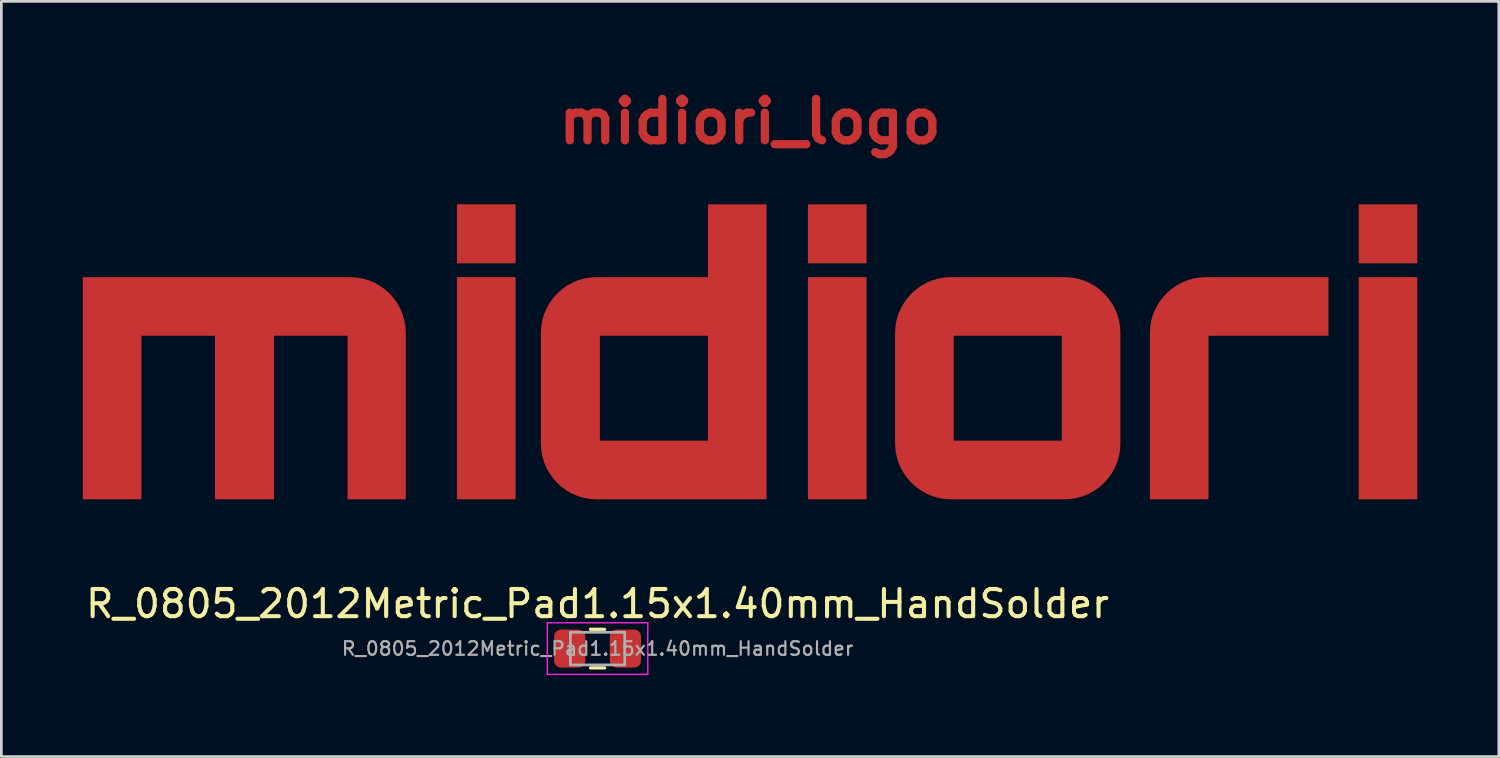
<source format=kicad_pcb>
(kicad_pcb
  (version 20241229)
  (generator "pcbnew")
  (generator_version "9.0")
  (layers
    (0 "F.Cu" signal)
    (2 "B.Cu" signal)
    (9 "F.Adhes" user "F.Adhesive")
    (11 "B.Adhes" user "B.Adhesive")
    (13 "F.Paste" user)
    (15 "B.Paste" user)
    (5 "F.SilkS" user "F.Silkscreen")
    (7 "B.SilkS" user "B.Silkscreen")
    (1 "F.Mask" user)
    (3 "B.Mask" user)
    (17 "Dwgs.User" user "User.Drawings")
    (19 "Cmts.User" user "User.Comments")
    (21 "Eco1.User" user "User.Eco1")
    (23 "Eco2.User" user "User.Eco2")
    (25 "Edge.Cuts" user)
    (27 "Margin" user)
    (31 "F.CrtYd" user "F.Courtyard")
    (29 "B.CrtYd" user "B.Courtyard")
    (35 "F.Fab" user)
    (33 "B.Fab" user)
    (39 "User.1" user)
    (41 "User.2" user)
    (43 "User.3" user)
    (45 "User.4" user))
  (footprint "R_0805_2012Metric_Pad1.15x1.40mm_HandSolder"
    (layer "F.Cu")
    (at 18.958 20.838)
    (property "Reference" "R_0805_2012Metric_Pad1.15x1.40mm_HandSolder" (at 0 -1.65 0) (layer "F.SilkS") (effects (font (size 1 1) (thickness 0.15))))
    (attr smd)
    (fp_line (start -0.261 -0.71) (end 0.261 -0.71) (stroke (width 0.12) (type solid)) (layer "F.SilkS"))
    (fp_line (start -0.261 0.71) (end 0.261 0.71) (stroke (width 0.12) (type solid)) (layer "F.SilkS"))
    (fp_line (start -1.85 -0.95) (end 1.85 -0.95) (stroke (width 0.05) (type solid)) (layer "F.CrtYd"))
    (fp_line (start -1.85 0.95) (end -1.85 -0.95) (stroke (width 0.05) (type solid)) (layer "F.CrtYd"))
    (fp_line (start 1.85 -0.95) (end 1.85 0.95) (stroke (width 0.05) (type solid)) (layer "F.CrtYd"))
    (fp_line (start 1.85 0.95) (end -1.85 0.95) (stroke (width 0.05) (type solid)) (layer "F.CrtYd"))
    (fp_line (start -1 -0.6) (end 1 -0.6) (stroke (width 0.1) (type solid)) (layer "F.Fab"))
    (fp_line (start -1 0.6) (end -1 -0.6) (stroke (width 0.1) (type solid)) (layer "F.Fab"))
    (fp_line (start 1 -0.6) (end 1 0.6) (stroke (width 0.1) (type solid)) (layer "F.Fab"))
    (fp_line (start 1 0.6) (end -1 0.6) (stroke (width 0.1) (type solid)) (layer "F.Fab"))
    (fp_text user "${REFERENCE}" (at 0 0 0) (layer "F.Fab") (effects (font (size 0.5 0.5) (thickness 0.08))))
    (pad "1" smd roundrect (at -1.025 0) (size 1.15 1.4) (layers "F.Cu" "F.Mask" "F.Paste") (roundrect_rratio 0.217))
    (pad "2" smd roundrect (at 1.025 0) (size 1.15 1.4) (layers "F.Cu" "F.Mask" "F.Paste") (roundrect_rratio 0.217)))
  (footprint "midiori_logo"
    (layer "F.Cu")
    (at 26.071 9.852)
    (property "Reference" "midiori_logo" (at -1.496 -8.425 180) (layer "F.Cu") (effects (font (size 1.524 1.524) (thickness 0.305))))
    (attr smd)
    (fp_poly (pts (xy -12.291 -5.377) (xy -12.291 -3.204) (xy -10.132 -3.204) (xy -10.132 -5.377) (xy -12.291 -5.377)) (stroke (width 0) (type solid)) (fill yes) (layer "F.Cu"))
    (fp_poly (pts (xy -12.291 5.488) (xy -10.132 5.488) (xy -10.132 -2.696) (xy -12.291 -2.696) (xy -12.291 5.488)) (stroke (width 0) (type solid)) (fill yes) (layer "F.Cu"))
    (fp_poly (pts (xy 0.635 -5.377) (xy 0.635 -3.204) (xy 2.794 -3.204) (xy 2.794 -5.377) (xy 0.635 -5.377)) (stroke (width 0) (type solid)) (fill yes) (layer "F.Cu"))
    (fp_poly (pts (xy 0.635 5.488) (xy 2.794 5.488) (xy 2.794 -2.696) (xy 0.635 -2.696) (xy 0.635 5.488)) (stroke (width 0) (type solid)) (fill yes) (layer "F.Cu"))
    (fp_poly (pts (xy 20.919 -5.377) (xy 20.919 -3.204) (xy 23.078 -3.204) (xy 23.078 -5.377) (xy 20.919 -5.377)) (stroke (width 0) (type solid)) (fill yes) (layer "F.Cu"))
    (fp_poly (pts (xy 20.919 5.488) (xy 23.078 5.488) (xy 23.078 -2.696) (xy 20.919 -2.696) (xy 20.919 5.488)) (stroke (width 0) (type solid)) (fill yes) (layer "F.Cu"))
    (fp_poly (pts (xy 15.29 -2.696) (xy 15.052 -2.682) (xy 14.821 -2.641) (xy 14.599 -2.575) (xy 14.388 -2.485) (xy 14.19 -2.374) (xy 14.005 -2.242) (xy 13.837 -2.091) (xy 13.685 -1.923) (xy 13.553 -1.74) (xy 13.441 -1.543) (xy 13.351 -1.334) (xy 13.285 -1.114) (xy 13.244 -0.886) (xy 13.23 -0.65) (xy 13.23 5.488) (xy 15.389 5.488) (xy 15.389 -0.537) (xy 19.806 -0.537) (xy 19.806 -2.696) (xy 15.29 -2.696)) (stroke (width 0) (type solid)) (fill yes) (layer "F.Cu"))
    (fp_poly (pts (xy -16.221 -2.696) (xy -26.071 -2.696) (xy -26.071 5.488) (xy -23.912 5.488) (xy -23.912 -0.537) (xy -21.203 -0.537) (xy -21.203 5.488) (xy -19.03 5.488) (xy -19.03 -0.537) (xy -16.32 -0.537) (xy -16.32 5.488) (xy -14.175 5.488) (xy -14.175 -0.65) (xy -14.189 -0.886) (xy -14.229 -1.114) (xy -14.295 -1.334) (xy -14.383 -1.543) (xy -14.494 -1.74) (xy -14.625 -1.923) (xy -14.775 -2.091) (xy -14.942 -2.242) (xy -15.125 -2.374) (xy -15.322 -2.485) (xy -15.532 -2.575) (xy -15.753 -2.641) (xy -15.983 -2.682) (xy -16.221 -2.696)) (stroke (width 0) (type solid)) (fill yes) (layer "F.Cu"))
    (fp_poly (pts (xy -3.048 -5.377) (xy -3.048 -2.696) (xy -7.027 -0.537) (xy -3.048 -0.537) (xy -3.048 3.329) (xy -7.027 3.329) (xy -7.027 -0.537) (xy -3.048 -2.696) (xy -7.154 -2.696) (xy -7.393 -2.682) (xy -7.623 -2.641) (xy -7.844 -2.575) (xy -8.053 -2.485) (xy -8.251 -2.374) (xy -8.433 -2.242) (xy -8.601 -2.091) (xy -8.75 -1.923) (xy -8.881 -1.74) (xy -8.992 -1.543) (xy -9.081 -1.334) (xy -9.146 -1.114) (xy -9.186 -0.886) (xy -9.2 -0.65) (xy -9.2 3.442) (xy -9.186 3.678) (xy -9.146 3.907) (xy -9.081 4.126) (xy -8.992 4.335) (xy -8.881 4.532) (xy -8.75 4.716) (xy -8.601 4.883) (xy -8.433 5.034) (xy -8.251 5.166) (xy -8.053 5.278) (xy -7.844 5.367) (xy -7.623 5.433) (xy -7.393 5.474) (xy -7.154 5.488) (xy -0.889 5.488) (xy -0.889 -5.377) (xy -3.048 -5.377)) (stroke (width 0) (type solid)) (fill yes) (layer "F.Cu"))
    (fp_poly (pts (xy 5.891 -2.696) (xy 6.004 -0.537) (xy 9.984 -0.537) (xy 9.984 3.329) (xy 6.004 3.329) (xy 6.004 -0.537) (xy 5.891 -2.696) (xy 5.656 -2.682) (xy 5.427 -2.641) (xy 5.207 -2.575) (xy 4.998 -2.485) (xy 4.801 -2.374) (xy 4.618 -2.242) (xy 4.45 -2.091) (xy 4.3 -1.923) (xy 4.168 -1.74) (xy 4.056 -1.543) (xy 3.966 -1.334) (xy 3.9 -1.114) (xy 3.859 -0.886) (xy 3.845 -0.65) (xy 3.845 3.442) (xy 3.859 3.678) (xy 3.9 3.907) (xy 3.966 4.126) (xy 4.056 4.335) (xy 4.168 4.532) (xy 4.3 4.716) (xy 4.45 4.883) (xy 4.618 5.034) (xy 4.801 5.166) (xy 4.998 5.278) (xy 5.207 5.367) (xy 5.427 5.433) (xy 5.656 5.474) (xy 5.891 5.488) (xy 10.096 5.488) (xy 10.335 5.474) (xy 10.565 5.433) (xy 10.786 5.367) (xy 10.996 5.278) (xy 11.193 5.166) (xy 11.376 5.034) (xy 11.543 4.883) (xy 11.693 4.716) (xy 11.824 4.532) (xy 11.934 4.335) (xy 12.023 4.126) (xy 12.088 3.907) (xy 12.129 3.678) (xy 12.143 3.442) (xy 12.143 -0.65) (xy 12.129 -0.886) (xy 12.088 -1.114) (xy 12.023 -1.334) (xy 11.934 -1.543) (xy 11.824 -1.74) (xy 11.693 -1.923) (xy 11.543 -2.091) (xy 11.376 -2.242) (xy 11.193 -2.374) (xy 10.996 -2.485) (xy 10.786 -2.575) (xy 10.565 -2.641) (xy 10.335 -2.682) (xy 10.096 -2.696) (xy 5.891 -2.696)) (stroke (width 0) (type solid)) (fill yes) (layer "F.Cu"))
    (fp_poly (pts (xy -12.29 -5.377) (xy -12.29 -3.204) (xy -10.131 -3.204) (xy -10.131 -5.377) (xy -12.29 -5.377)) (stroke (width 0) (type solid)) (fill yes) (layer "F.Mask"))
    (fp_poly (pts (xy -12.29 5.488) (xy -10.131 5.488) (xy -10.131 -2.696) (xy -12.29 -2.696) (xy -12.29 5.488)) (stroke (width 0) (type solid)) (fill yes) (layer "F.Mask"))
    (fp_poly (pts (xy 0.636 -5.377) (xy 0.636 -3.204) (xy 2.795 -3.204) (xy 2.795 -5.377) (xy 0.636 -5.377)) (stroke (width 0) (type solid)) (fill yes) (layer "F.Mask"))
    (fp_poly (pts (xy 0.636 5.488) (xy 2.795 5.488) (xy 2.795 -2.696) (xy 0.636 -2.696) (xy 0.636 5.488)) (stroke (width 0) (type solid)) (fill yes) (layer "F.Mask"))
    (fp_poly (pts (xy 20.921 -5.377) (xy 20.921 -3.204) (xy 23.08 -3.204) (xy 23.08 -5.377) (xy 20.921 -5.377)) (stroke (width 0) (type solid)) (fill yes) (layer "F.Mask"))
    (fp_poly (pts (xy 20.921 5.488) (xy 23.08 5.488) (xy 23.08 -2.696) (xy 20.921 -2.696) (xy 20.921 5.488)) (stroke (width 0) (type solid)) (fill yes) (layer "F.Mask"))
    (fp_poly (pts (xy 15.292 -2.696) (xy 15.053 -2.682) (xy 14.822 -2.641) (xy 14.6 -2.575) (xy 14.39 -2.485) (xy 14.191 -2.374) (xy 14.007 -2.242) (xy 13.838 -2.091) (xy 13.687 -1.923) (xy 13.555 -1.74) (xy 13.443 -1.543) (xy 13.353 -1.334) (xy 13.286 -1.114) (xy 13.246 -0.886) (xy 13.232 -0.65) (xy 13.232 5.488) (xy 15.391 5.488) (xy 15.391 -0.537) (xy 19.807 -0.537) (xy 19.807 -2.696) (xy 15.292 -2.696)) (stroke (width 0) (type solid)) (fill yes) (layer "F.Mask"))
    (fp_poly (pts (xy -16.22 -2.696) (xy -26.069 -2.696) (xy -26.069 5.488) (xy -23.91 5.488) (xy -23.91 -0.537) (xy -21.201 -0.537) (xy -21.201 5.488) (xy -19.028 5.488) (xy -19.028 -0.537) (xy -16.319 -0.537) (xy -16.319 5.488) (xy -14.174 5.488) (xy -14.174 -0.65) (xy -14.188 -0.886) (xy -14.228 -1.114) (xy -14.293 -1.334) (xy -14.382 -1.543) (xy -14.493 -1.74) (xy -14.624 -1.923) (xy -14.773 -2.091) (xy -14.941 -2.242) (xy -15.123 -2.374) (xy -15.321 -2.485) (xy -15.53 -2.575) (xy -15.751 -2.641) (xy -15.981 -2.682) (xy -16.22 -2.696)) (stroke (width 0) (type solid)) (fill yes) (layer "F.Mask"))
    (fp_poly (pts (xy -3.046 -5.377) (xy -3.046 -2.696) (xy -7.026 -0.537) (xy -3.046 -0.537) (xy -3.046 3.329) (xy -7.026 3.329) (xy -7.026 -0.537) (xy -3.046 -2.696) (xy -7.153 -2.696) (xy -7.391 -2.682) (xy -7.621 -2.641) (xy -7.842 -2.575) (xy -8.052 -2.485) (xy -8.249 -2.374) (xy -8.432 -2.242) (xy -8.599 -2.091) (xy -8.749 -1.923) (xy -8.88 -1.74) (xy -8.991 -1.543) (xy -9.079 -1.334) (xy -9.145 -1.114) (xy -9.185 -0.886) (xy -9.199 -0.65) (xy -9.199 3.442) (xy -9.185 3.678) (xy -9.145 3.907) (xy -9.079 4.126) (xy -8.991 4.335) (xy -8.88 4.532) (xy -8.749 4.716) (xy -8.599 4.883) (xy -8.432 5.034) (xy -8.249 5.166) (xy -8.052 5.278) (xy -7.842 5.367) (xy -7.621 5.433) (xy -7.391 5.474) (xy -7.153 5.488) (xy -0.887 5.488) (xy -0.887 -5.377) (xy -3.046 -5.377)) (stroke (width 0) (type solid)) (fill yes) (layer "F.Mask"))
    (fp_poly (pts (xy 5.893 -2.696) (xy 6.006 -0.537) (xy 9.985 -0.537) (xy 9.985 3.329) (xy 6.006 3.329) (xy 6.006 -0.537) (xy 5.893 -2.696) (xy 5.657 -2.682) (xy 5.429 -2.641) (xy 5.209 -2.575) (xy 5 -2.485) (xy 4.803 -2.374) (xy 4.62 -2.242) (xy 4.452 -2.091) (xy 4.301 -1.923) (xy 4.169 -1.74) (xy 4.057 -1.543) (xy 3.968 -1.334) (xy 3.902 -1.114) (xy 3.861 -0.886) (xy 3.847 -0.65) (xy 3.847 3.442) (xy 3.861 3.678) (xy 3.902 3.907) (xy 3.968 4.126) (xy 4.057 4.335) (xy 4.169 4.532) (xy 4.301 4.716) (xy 4.452 4.883) (xy 4.62 5.034) (xy 4.803 5.166) (xy 5 5.278) (xy 5.209 5.367) (xy 5.429 5.433) (xy 5.657 5.474) (xy 5.893 5.488) (xy 10.098 5.488) (xy 10.336 5.474) (xy 10.567 5.433) (xy 10.788 5.367) (xy 10.997 5.278) (xy 11.194 5.166) (xy 11.377 5.034) (xy 11.544 4.883) (xy 11.694 4.716) (xy 11.825 4.532) (xy 11.936 4.335) (xy 12.025 4.126) (xy 12.09 3.907) (xy 12.13 3.678) (xy 12.144 3.442) (xy 12.144 -0.65) (xy 12.13 -0.886) (xy 12.09 -1.114) (xy 12.025 -1.334) (xy 11.936 -1.543) (xy 11.825 -1.74) (xy 11.694 -1.923) (xy 11.544 -2.091) (xy 11.377 -2.242) (xy 11.194 -2.374) (xy 10.997 -2.485) (xy 10.788 -2.575) (xy 10.567 -2.641) (xy 10.336 -2.682) (xy 10.098 -2.696) (xy 5.893 -2.696)) (stroke (width 0) (type solid)) (fill yes) (layer "F.Mask")))
  (gr_rect
    (start -3 -3)
    (end 52.151 24.813)
    (stroke (width 0.1) (type default))
    (fill no)
    (layer "Edge.Cuts")))
</source>
